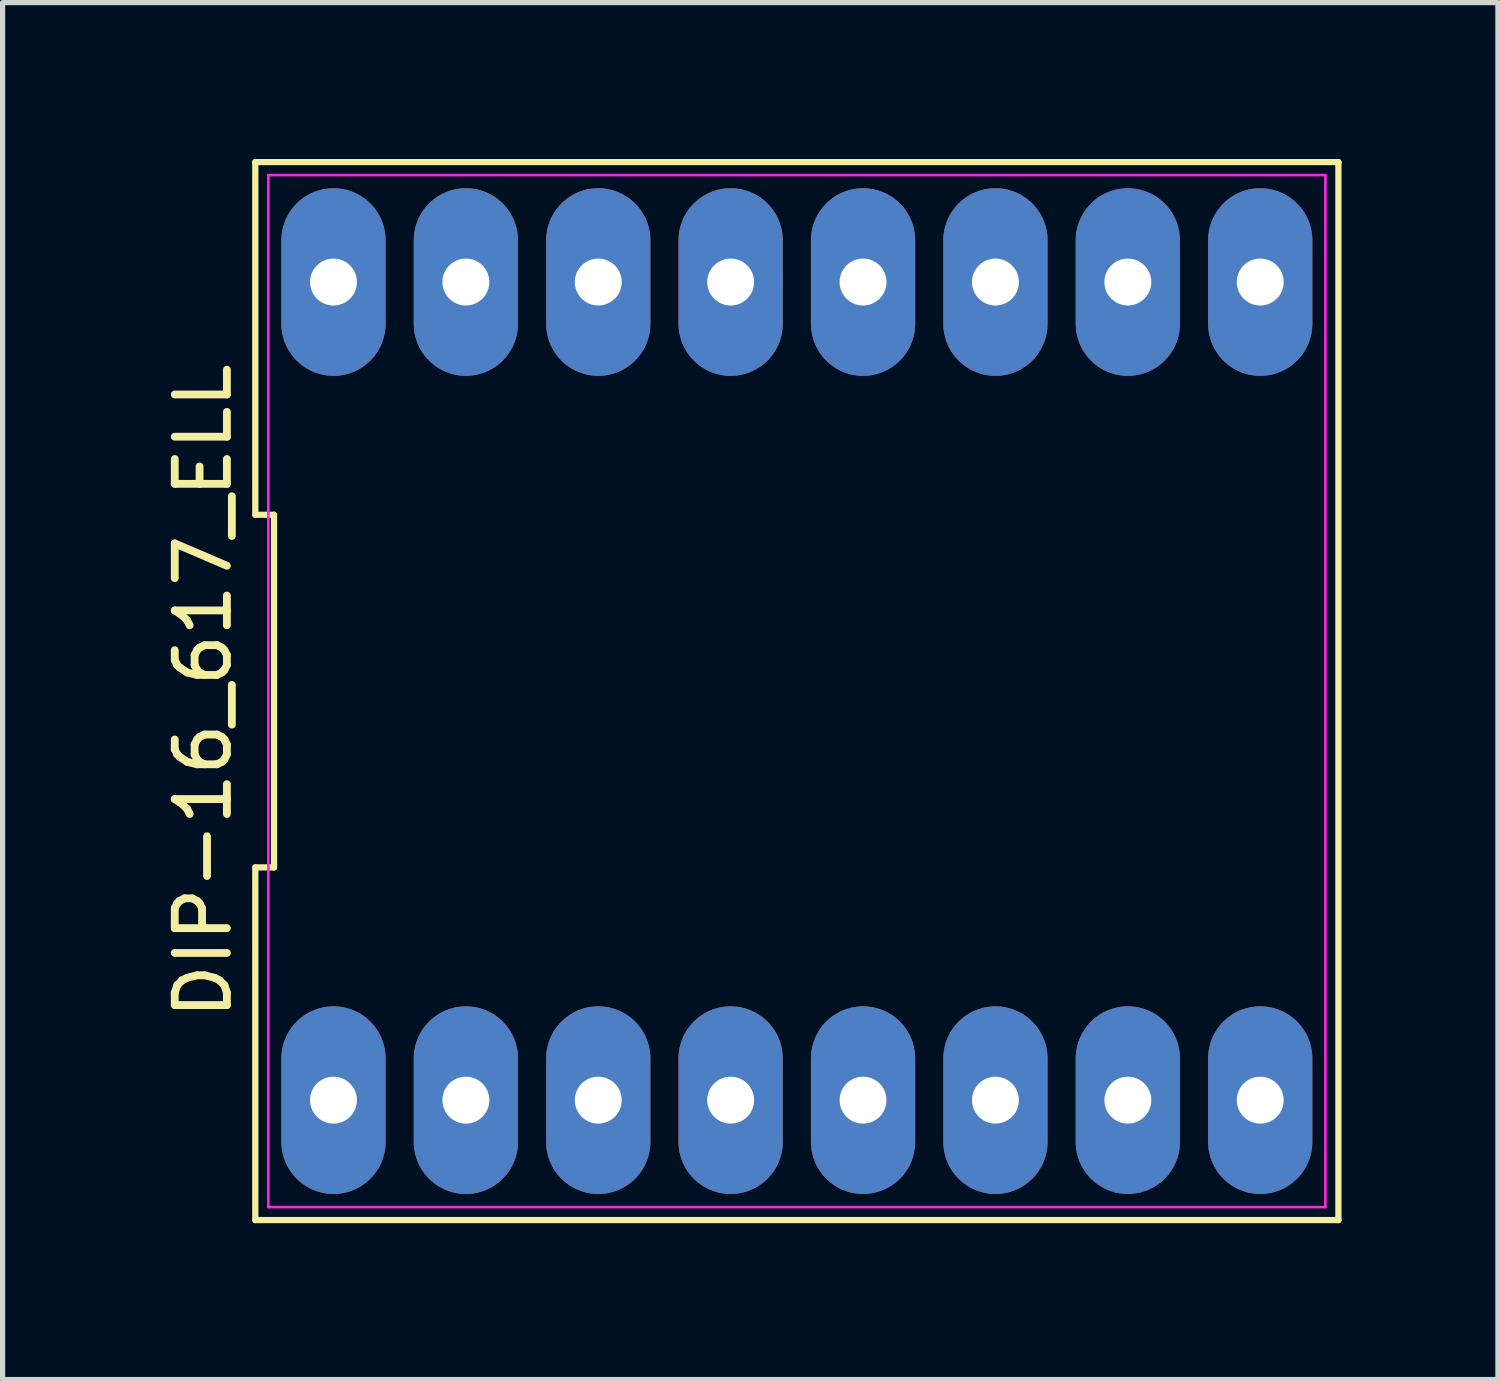
<source format=kicad_pcb>
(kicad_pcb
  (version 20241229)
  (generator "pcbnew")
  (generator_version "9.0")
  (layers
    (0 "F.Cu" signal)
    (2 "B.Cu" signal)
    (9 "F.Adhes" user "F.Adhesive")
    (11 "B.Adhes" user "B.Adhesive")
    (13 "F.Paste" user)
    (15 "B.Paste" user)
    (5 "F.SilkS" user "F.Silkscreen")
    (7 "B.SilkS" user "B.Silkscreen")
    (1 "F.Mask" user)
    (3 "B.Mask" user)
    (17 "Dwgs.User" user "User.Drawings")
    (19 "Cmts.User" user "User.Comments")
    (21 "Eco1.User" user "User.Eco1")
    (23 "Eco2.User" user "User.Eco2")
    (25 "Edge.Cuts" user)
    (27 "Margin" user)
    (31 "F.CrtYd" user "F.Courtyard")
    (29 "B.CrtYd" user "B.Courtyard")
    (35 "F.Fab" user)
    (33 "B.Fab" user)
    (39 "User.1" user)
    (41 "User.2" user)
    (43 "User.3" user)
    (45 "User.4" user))
  (footprint "DIP-16_617_ELL"
    (layer "F.Cu")
    (at 12.238 10.209)
    (property "Reference" "DIP-16_617_ELL" (at -11.39 0 90) (layer "F.SilkS") (effects (font (size 1 1) (thickness 0.15))))
    (attr through_hole)
    (fp_line (start -10.39 -10.149) (end -10.39 -3.383) (stroke (width 0.12) (type solid)) (layer "F.SilkS"))
    (fp_line (start -10.39 -3.383) (end -10.03 -3.383) (stroke (width 0.12) (type solid)) (layer "F.SilkS"))
    (fp_line (start -10.39 3.383) (end -10.39 10.149) (stroke (width 0.12) (type solid)) (layer "F.SilkS"))
    (fp_line (start -10.39 10.149) (end 10.39 10.149) (stroke (width 0.12) (type solid)) (layer "F.SilkS"))
    (fp_line (start -10.03 -3.383) (end -10.03 3.383) (stroke (width 0.12) (type solid)) (layer "F.SilkS"))
    (fp_line (start -10.03 3.383) (end -10.39 3.383) (stroke (width 0.12) (type solid)) (layer "F.SilkS"))
    (fp_line (start 10.39 -10.149) (end -10.39 -10.149) (stroke (width 0.12) (type solid)) (layer "F.SilkS"))
    (fp_line (start 10.39 10.149) (end 10.39 -10.149) (stroke (width 0.12) (type solid)) (layer "F.SilkS"))
    (fp_line (start -10.14 -9.9) (end 10.14 -9.9) (stroke (width 0.05) (type solid)) (layer "F.CrtYd"))
    (fp_line (start -10.14 9.9) (end -10.14 -9.9) (stroke (width 0.05) (type solid)) (layer "F.CrtYd"))
    (fp_line (start 10.14 -9.9) (end 10.14 9.9) (stroke (width 0.05) (type solid)) (layer "F.CrtYd"))
    (fp_line (start 10.14 9.9) (end -10.14 9.9) (stroke (width 0.05) (type solid)) (layer "F.CrtYd"))
    (pad "1" thru_hole oval (at -8.89 7.848) (size 2 3.6) (drill 0.9) (layers "*.Cu" "*.Mask"))
    (pad "2" thru_hole oval (at -6.35 7.848) (size 2 3.6) (drill 0.9) (layers "*.Cu" "*.Mask"))
    (pad "3" thru_hole oval (at -3.81 7.848) (size 2 3.6) (drill 0.9) (layers "*.Cu" "*.Mask"))
    (pad "4" thru_hole oval (at -1.27 7.848) (size 2 3.6) (drill 0.9) (layers "*.Cu" "*.Mask"))
    (pad "5" thru_hole oval (at 1.27 7.848) (size 2 3.6) (drill 0.9) (layers "*.Cu" "*.Mask"))
    (pad "6" thru_hole oval (at 3.81 7.848) (size 2 3.6) (drill 0.9) (layers "*.Cu" "*.Mask"))
    (pad "7" thru_hole oval (at 6.35 7.848) (size 2 3.6) (drill 0.9) (layers "*.Cu" "*.Mask"))
    (pad "8" thru_hole oval (at 8.89 7.848) (size 2 3.6) (drill 0.9) (layers "*.Cu" "*.Mask"))
    (pad "9" thru_hole oval (at 8.89 -7.848) (size 2 3.6) (drill 0.9) (layers "*.Cu" "*.Mask"))
    (pad "10" thru_hole oval (at 6.35 -7.848) (size 2 3.6) (drill 0.9) (layers "*.Cu" "*.Mask"))
    (pad "11" thru_hole oval (at 3.81 -7.848) (size 2 3.6) (drill 0.9) (layers "*.Cu" "*.Mask"))
    (pad "12" thru_hole oval (at 1.27 -7.848) (size 2 3.6) (drill 0.9) (layers "*.Cu" "*.Mask"))
    (pad "13" thru_hole oval (at -1.27 -7.848) (size 2 3.6) (drill 0.9) (layers "*.Cu" "*.Mask"))
    (pad "14" thru_hole oval (at -3.81 -7.848) (size 2 3.6) (drill 0.9) (layers "*.Cu" "*.Mask"))
    (pad "15" thru_hole oval (at -6.35 -7.848) (size 2 3.6) (drill 0.9) (layers "*.Cu" "*.Mask"))
    (pad "16" thru_hole oval (at -8.89 -7.848) (size 2 3.6) (drill 0.9) (layers "*.Cu" "*.Mask")))
  (gr_rect
    (start -3 -3)
    (end 25.688 23.417)
    (stroke (width 0.1) (type default))
    (fill no)
    (layer "Edge.Cuts")))
</source>
